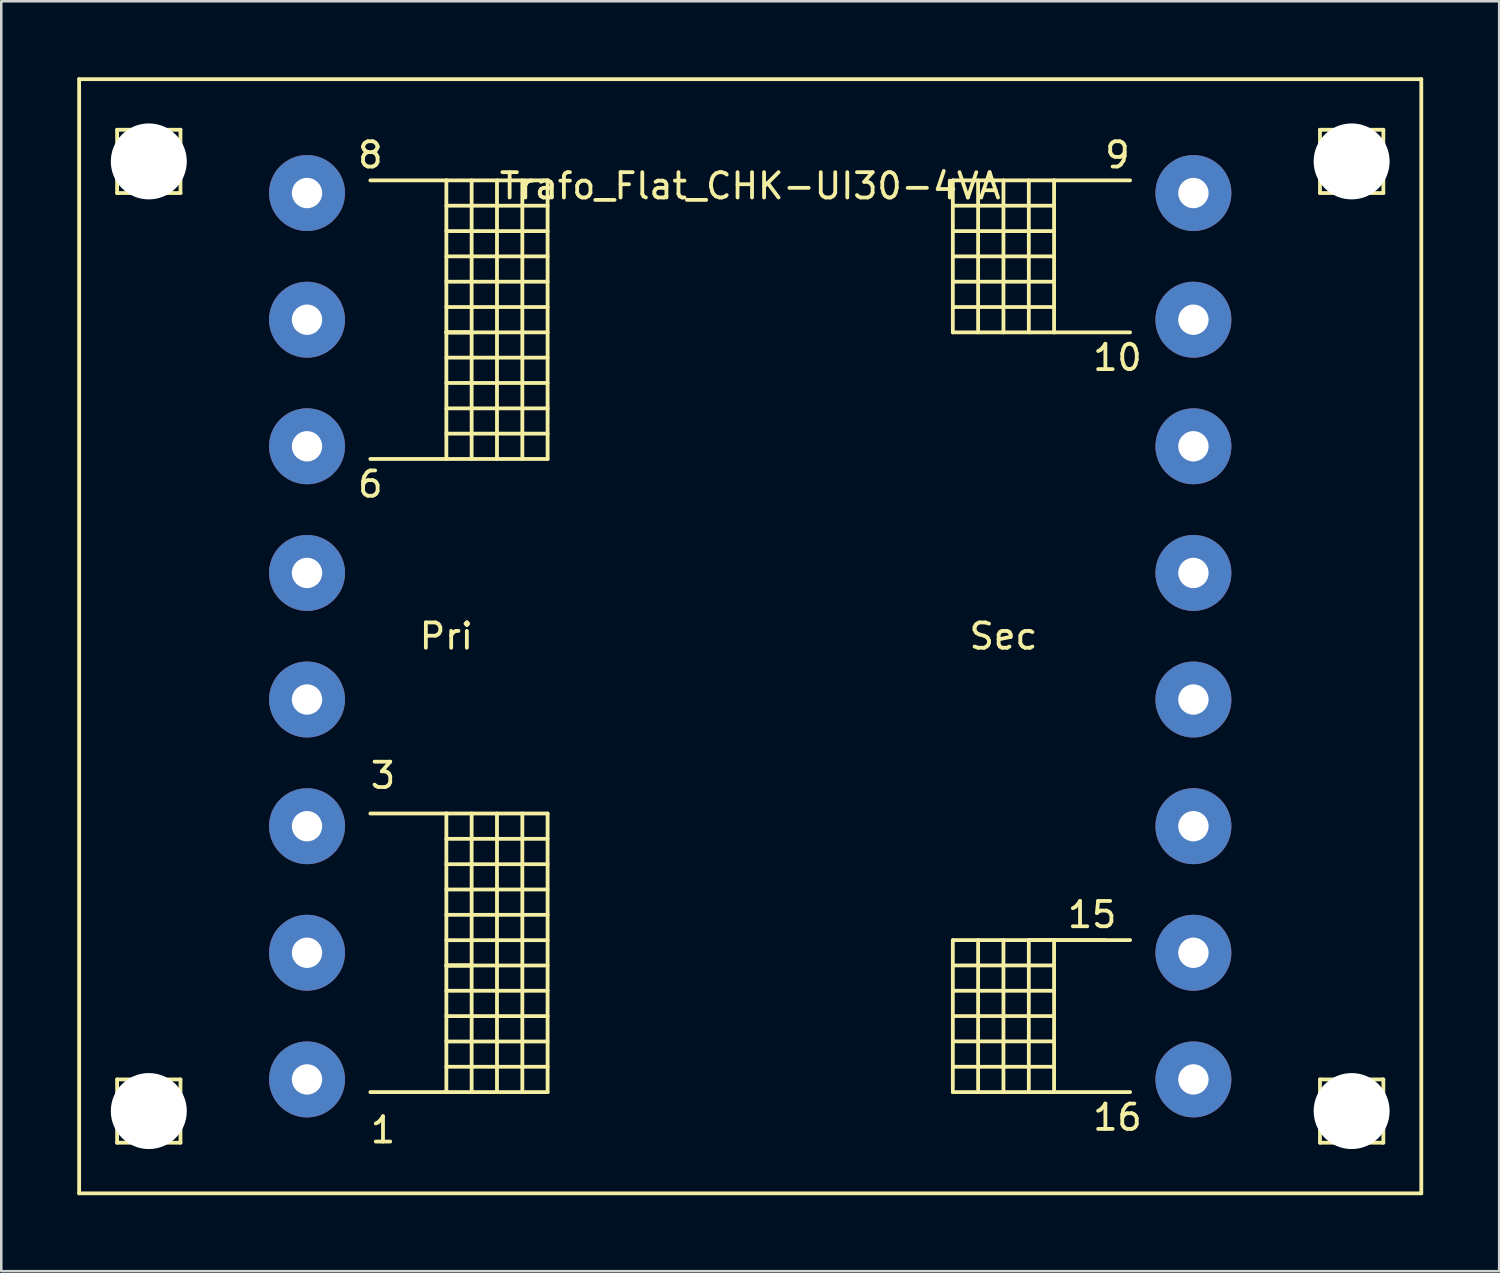
<source format=kicad_pcb>
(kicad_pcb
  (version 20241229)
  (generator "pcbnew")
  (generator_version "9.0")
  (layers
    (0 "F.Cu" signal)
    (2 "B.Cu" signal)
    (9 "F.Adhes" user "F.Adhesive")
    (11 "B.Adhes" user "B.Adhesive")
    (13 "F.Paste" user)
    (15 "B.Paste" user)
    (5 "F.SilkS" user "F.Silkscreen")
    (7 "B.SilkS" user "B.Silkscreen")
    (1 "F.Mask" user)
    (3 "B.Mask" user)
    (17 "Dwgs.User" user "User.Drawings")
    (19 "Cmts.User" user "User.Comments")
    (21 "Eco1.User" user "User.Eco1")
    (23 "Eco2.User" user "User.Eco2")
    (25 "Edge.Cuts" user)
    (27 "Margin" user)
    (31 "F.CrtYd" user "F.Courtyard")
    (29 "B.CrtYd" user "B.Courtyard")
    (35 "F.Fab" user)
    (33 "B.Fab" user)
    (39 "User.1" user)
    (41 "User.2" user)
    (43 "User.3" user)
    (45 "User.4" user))
  (footprint "Trafo_Flat_CHK-UI30-4VA"
    (layer "F.Cu")
    (at 26.575 22.074)
    (property "Reference" "Trafo_Flat_CHK-UI30-4VA" (at 0 -17.78 0) (layer "F.SilkS") (effects (font (size 1 1) (thickness 0.15))))
    (attr through_hole)
    (fp_line (start -26.5 -21.999) (end -26.5 21.999) (stroke (width 0.15) (type solid)) (layer "F.SilkS"))
    (fp_line (start -26.5 21.999) (end 26.5 21.999) (stroke (width 0.15) (type solid)) (layer "F.SilkS"))
    (fp_line (start -25.001 -20) (end -25.001 -17.501) (stroke (width 0.15) (type solid)) (layer "F.SilkS"))
    (fp_line (start -25.001 -17.501) (end -22.499 -17.501) (stroke (width 0.15) (type solid)) (layer "F.SilkS"))
    (fp_line (start -25.001 17.501) (end -25.001 20) (stroke (width 0.15) (type solid)) (layer "F.SilkS"))
    (fp_line (start -25.001 20) (end -22.499 20) (stroke (width 0.15) (type solid)) (layer "F.SilkS"))
    (fp_line (start -23.749 -20) (end -25.001 -20) (stroke (width 0.15) (type solid)) (layer "F.SilkS"))
    (fp_line (start -23.749 17.501) (end -25.001 17.501) (stroke (width 0.15) (type solid)) (layer "F.SilkS"))
    (fp_line (start -22.499 -20) (end -23.749 -20) (stroke (width 0.15) (type solid)) (layer "F.SilkS"))
    (fp_line (start -22.499 -17.501) (end -22.499 -20) (stroke (width 0.15) (type solid)) (layer "F.SilkS"))
    (fp_line (start -22.499 17.501) (end -23.749 17.501) (stroke (width 0.15) (type solid)) (layer "F.SilkS"))
    (fp_line (start -22.499 20) (end -22.499 17.501) (stroke (width 0.15) (type solid)) (layer "F.SilkS"))
    (fp_line (start -15.001 -18.001) (end -11.999 -18.001) (stroke (width 0.15) (type solid)) (layer "F.SilkS"))
    (fp_line (start -15.001 7) (end -11.999 7) (stroke (width 0.15) (type solid)) (layer "F.SilkS"))
    (fp_line (start -11.999 -18.001) (end -11.999 -7) (stroke (width 0.15) (type solid)) (layer "F.SilkS"))
    (fp_line (start -11.999 -18.001) (end -8.001 -18.001) (stroke (width 0.15) (type solid)) (layer "F.SilkS"))
    (fp_line (start -11.999 -17) (end -8.001 -17) (stroke (width 0.15) (type solid)) (layer "F.SilkS"))
    (fp_line (start -11.999 -15.999) (end -8.001 -15.999) (stroke (width 0.15) (type solid)) (layer "F.SilkS"))
    (fp_line (start -11.999 -15.001) (end -8.001 -15.001) (stroke (width 0.15) (type solid)) (layer "F.SilkS"))
    (fp_line (start -11.999 -14) (end -8.001 -14) (stroke (width 0.15) (type solid)) (layer "F.SilkS"))
    (fp_line (start -11.999 -13) (end -8.001 -13) (stroke (width 0.15) (type solid)) (layer "F.SilkS"))
    (fp_line (start -11.999 -11.999) (end -11.001 -11.999) (stroke (width 0.15) (type solid)) (layer "F.SilkS"))
    (fp_line (start -11.999 -11.001) (end -8.001 -11.001) (stroke (width 0.15) (type solid)) (layer "F.SilkS"))
    (fp_line (start -11.999 -8.999) (end -8.999 -8.999) (stroke (width 0.15) (type solid)) (layer "F.SilkS"))
    (fp_line (start -11.999 -7) (end -15.001 -7) (stroke (width 0.15) (type solid)) (layer "F.SilkS"))
    (fp_line (start -11.999 7) (end -11.999 18.001) (stroke (width 0.15) (type solid)) (layer "F.SilkS"))
    (fp_line (start -11.999 7) (end -8.001 7) (stroke (width 0.15) (type solid)) (layer "F.SilkS"))
    (fp_line (start -11.999 8.001) (end -8.001 8.001) (stroke (width 0.15) (type solid)) (layer "F.SilkS"))
    (fp_line (start -11.999 9.002) (end -8.001 9.002) (stroke (width 0.15) (type solid)) (layer "F.SilkS"))
    (fp_line (start -11.999 10) (end -8.001 10) (stroke (width 0.15) (type solid)) (layer "F.SilkS"))
    (fp_line (start -11.999 11.001) (end -8.001 11.001) (stroke (width 0.15) (type solid)) (layer "F.SilkS"))
    (fp_line (start -11.999 12.002) (end -8.001 12.002) (stroke (width 0.15) (type solid)) (layer "F.SilkS"))
    (fp_line (start -11.999 13.002) (end -11.001 13.002) (stroke (width 0.15) (type solid)) (layer "F.SilkS"))
    (fp_line (start -11.999 14) (end -8.001 14) (stroke (width 0.15) (type solid)) (layer "F.SilkS"))
    (fp_line (start -11.999 16.002) (end -8.999 16.002) (stroke (width 0.15) (type solid)) (layer "F.SilkS"))
    (fp_line (start -11.999 18.001) (end -15.001 18.001) (stroke (width 0.15) (type solid)) (layer "F.SilkS"))
    (fp_line (start -11.001 -18.001) (end -11.001 -7) (stroke (width 0.15) (type solid)) (layer "F.SilkS"))
    (fp_line (start -11.001 -11.999) (end -11.999 -11.999) (stroke (width 0.15) (type solid)) (layer "F.SilkS"))
    (fp_line (start -11.001 7) (end -11.001 18.001) (stroke (width 0.15) (type solid)) (layer "F.SilkS"))
    (fp_line (start -11.001 13.002) (end -11.999 13.002) (stroke (width 0.15) (type solid)) (layer "F.SilkS"))
    (fp_line (start -10 -7) (end -10 -18.001) (stroke (width 0.15) (type solid)) (layer "F.SilkS"))
    (fp_line (start -10 18.001) (end -10 7) (stroke (width 0.15) (type solid)) (layer "F.SilkS"))
    (fp_line (start -8.999 -18.001) (end -8.999 -7) (stroke (width 0.15) (type solid)) (layer "F.SilkS"))
    (fp_line (start -8.999 -8.999) (end -8.001 -8.999) (stroke (width 0.15) (type solid)) (layer "F.SilkS"))
    (fp_line (start -8.999 7) (end -8.999 18.001) (stroke (width 0.15) (type solid)) (layer "F.SilkS"))
    (fp_line (start -8.999 16.002) (end -8.001 16.002) (stroke (width 0.15) (type solid)) (layer "F.SilkS"))
    (fp_line (start -8.001 -18.001) (end -8.001 -7) (stroke (width 0.15) (type solid)) (layer "F.SilkS"))
    (fp_line (start -8.001 -11.999) (end -11.999 -11.999) (stroke (width 0.15) (type solid)) (layer "F.SilkS"))
    (fp_line (start -8.001 -10) (end -11.999 -10) (stroke (width 0.15) (type solid)) (layer "F.SilkS"))
    (fp_line (start -8.001 -8.001) (end -11.999 -8.001) (stroke (width 0.15) (type solid)) (layer "F.SilkS"))
    (fp_line (start -8.001 -7) (end -11.999 -7) (stroke (width 0.15) (type solid)) (layer "F.SilkS"))
    (fp_line (start -8.001 7) (end -8.001 18.001) (stroke (width 0.15) (type solid)) (layer "F.SilkS"))
    (fp_line (start -8.001 13.002) (end -11.999 13.002) (stroke (width 0.15) (type solid)) (layer "F.SilkS"))
    (fp_line (start -8.001 15.001) (end -11.999 15.001) (stroke (width 0.15) (type solid)) (layer "F.SilkS"))
    (fp_line (start -8.001 17) (end -11.999 17) (stroke (width 0.15) (type solid)) (layer "F.SilkS"))
    (fp_line (start -8.001 18.001) (end -11.999 18.001) (stroke (width 0.15) (type solid)) (layer "F.SilkS"))
    (fp_line (start 8.001 -18.001) (end 8.001 -11.999) (stroke (width 0.15) (type solid)) (layer "F.SilkS"))
    (fp_line (start 8.001 -17) (end 11.999 -17) (stroke (width 0.15) (type solid)) (layer "F.SilkS"))
    (fp_line (start 8.001 -15.001) (end 11.999 -15.001) (stroke (width 0.15) (type solid)) (layer "F.SilkS"))
    (fp_line (start 8.001 -14) (end 11.999 -14) (stroke (width 0.15) (type solid)) (layer "F.SilkS"))
    (fp_line (start 8.001 -11.999) (end 11.999 -11.999) (stroke (width 0.15) (type solid)) (layer "F.SilkS"))
    (fp_line (start 8.001 11.999) (end 8.001 18.001) (stroke (width 0.15) (type solid)) (layer "F.SilkS"))
    (fp_line (start 8.001 13) (end 11.999 13) (stroke (width 0.15) (type solid)) (layer "F.SilkS"))
    (fp_line (start 8.001 14.999) (end 11.999 14.999) (stroke (width 0.15) (type solid)) (layer "F.SilkS"))
    (fp_line (start 8.001 15.999) (end 11.999 15.999) (stroke (width 0.15) (type solid)) (layer "F.SilkS"))
    (fp_line (start 8.001 18.001) (end 11.999 18.001) (stroke (width 0.15) (type solid)) (layer "F.SilkS"))
    (fp_line (start 8.999 -18.001) (end 8.999 -11.999) (stroke (width 0.15) (type solid)) (layer "F.SilkS"))
    (fp_line (start 8.999 11.999) (end 8.999 18.001) (stroke (width 0.15) (type solid)) (layer "F.SilkS"))
    (fp_line (start 10 -18.001) (end 10 -11.999) (stroke (width 0.15) (type solid)) (layer "F.SilkS"))
    (fp_line (start 10 11.999) (end 10 18.001) (stroke (width 0.15) (type solid)) (layer "F.SilkS"))
    (fp_line (start 11.001 -18.001) (end 11.001 -11.999) (stroke (width 0.15) (type solid)) (layer "F.SilkS"))
    (fp_line (start 11.001 11.999) (end 11.001 18.001) (stroke (width 0.15) (type solid)) (layer "F.SilkS"))
    (fp_line (start 11.999 -18.001) (end 8.001 -18.001) (stroke (width 0.15) (type solid)) (layer "F.SilkS"))
    (fp_line (start 11.999 -18.001) (end 11.999 -11.999) (stroke (width 0.15) (type solid)) (layer "F.SilkS"))
    (fp_line (start 11.999 -15.999) (end 8.001 -15.999) (stroke (width 0.15) (type solid)) (layer "F.SilkS"))
    (fp_line (start 11.999 -13) (end 8.001 -13) (stroke (width 0.15) (type solid)) (layer "F.SilkS"))
    (fp_line (start 11.999 -11.999) (end 15.001 -11.999) (stroke (width 0.15) (type solid)) (layer "F.SilkS"))
    (fp_line (start 11.999 11.999) (end 8.001 11.999) (stroke (width 0.15) (type solid)) (layer "F.SilkS"))
    (fp_line (start 11.999 11.999) (end 11.999 18.001) (stroke (width 0.15) (type solid)) (layer "F.SilkS"))
    (fp_line (start 11.999 14) (end 8.001 14) (stroke (width 0.15) (type solid)) (layer "F.SilkS"))
    (fp_line (start 11.999 17) (end 8.001 17) (stroke (width 0.15) (type solid)) (layer "F.SilkS"))
    (fp_line (start 11.999 18.001) (end 15.001 18.001) (stroke (width 0.15) (type solid)) (layer "F.SilkS"))
    (fp_line (start 14 11.999) (end 10.998 11.999) (stroke (width 0.15) (type solid)) (layer "F.SilkS"))
    (fp_line (start 15.001 -18.001) (end 11.999 -18.001) (stroke (width 0.15) (type solid)) (layer "F.SilkS"))
    (fp_line (start 15.001 11.999) (end 11.999 11.999) (stroke (width 0.15) (type solid)) (layer "F.SilkS"))
    (fp_line (start 22.499 -20) (end 22.499 -17.501) (stroke (width 0.15) (type solid)) (layer "F.SilkS"))
    (fp_line (start 22.499 -17.501) (end 25.001 -17.501) (stroke (width 0.15) (type solid)) (layer "F.SilkS"))
    (fp_line (start 22.499 17.501) (end 22.499 20) (stroke (width 0.15) (type solid)) (layer "F.SilkS"))
    (fp_line (start 22.499 20) (end 25.001 20) (stroke (width 0.15) (type solid)) (layer "F.SilkS"))
    (fp_line (start 23.749 -20) (end 22.499 -20) (stroke (width 0.15) (type solid)) (layer "F.SilkS"))
    (fp_line (start 23.749 17.501) (end 22.499 17.501) (stroke (width 0.15) (type solid)) (layer "F.SilkS"))
    (fp_line (start 25.001 -20) (end 23.749 -20) (stroke (width 0.15) (type solid)) (layer "F.SilkS"))
    (fp_line (start 25.001 -17.501) (end 25.001 -20) (stroke (width 0.15) (type solid)) (layer "F.SilkS"))
    (fp_line (start 25.001 17.501) (end 23.749 17.501) (stroke (width 0.15) (type solid)) (layer "F.SilkS"))
    (fp_line (start 25.001 20) (end 25.001 17.501) (stroke (width 0.15) (type solid)) (layer "F.SilkS"))
    (fp_line (start 26.5 -21.999) (end -26.5 -21.999) (stroke (width 0.15) (type solid)) (layer "F.SilkS"))
    (fp_line (start 26.5 21.999) (end 26.5 -21.999) (stroke (width 0.15) (type solid)) (layer "F.SilkS"))
    (fp_text user "9" (at 14.501 -19.002 0) (layer "F.SilkS") (effects (font (size 1 1) (thickness 0.15))))
    (fp_text user "6" (at -15.001 -6.002 0) (layer "F.SilkS") (effects (font (size 1 1) (thickness 0.15))))
    (fp_text user "15" (at 13.5 10.998 0) (layer "F.SilkS") (effects (font (size 1 1) (thickness 0.15))))
    (fp_text user "1" (at -14.501 19.5 0) (layer "F.SilkS") (effects (font (size 1 1) (thickness 0.15))))
    (fp_text user "10" (at 14.501 -11.003 0) (layer "F.SilkS") (effects (font (size 1 1) (thickness 0.15))))
    (fp_text user "8" (at -15.001 -19.002 0) (layer "F.SilkS") (effects (font (size 1 1) (thickness 0.15))))
    (fp_text user "16" (at 14.501 18.999 0) (layer "F.SilkS") (effects (font (size 1 1) (thickness 0.15))))
    (fp_text user "3" (at -14.501 5.499 0) (layer "F.SilkS") (effects (font (size 1 1) (thickness 0.15))))
    (fp_text user "Pri" (at -11.999 0 0) (layer "F.SilkS") (effects (font (size 1 1) (thickness 0.15))))
    (fp_text user "Sec" (at 10 0 0) (layer "F.SilkS") (effects (font (size 1 1) (thickness 0.15))))
    (pad "" np_thru_hole circle (at -23.749 -18.75) (size 3 3) (drill 3) (layers "*.Cu" "*.Mask"))
    (pad "" np_thru_hole circle (at -23.749 18.75) (size 3 3) (drill 3) (layers "*.Cu" "*.Mask"))
    (pad "" np_thru_hole circle (at 23.749 -18.75) (size 3 3) (drill 3) (layers "*.Cu" "*.Mask"))
    (pad "" np_thru_hole circle (at 23.749 18.75) (size 3 3) (drill 3) (layers "*.Cu" "*.Mask"))
    (pad "1" thru_hole circle (at -17.501 17.501) (size 3 3) (drill 1.199) (layers "*.Cu" "*.Mask"))
    (pad "2" thru_hole circle (at -17.501 12.499) (size 3 3) (drill 1.199) (layers "*.Cu" "*.Mask"))
    (pad "3" thru_hole circle (at -17.501 7.501) (size 3 3) (drill 1.199) (layers "*.Cu" "*.Mask"))
    (pad "4" thru_hole circle (at -17.501 2.499) (size 3 3) (drill 1.199) (layers "*.Cu" "*.Mask"))
    (pad "5" thru_hole circle (at -17.501 -2.499) (size 3 3) (drill 1.199) (layers "*.Cu" "*.Mask"))
    (pad "6" thru_hole circle (at -17.501 -7.501) (size 3 3) (drill 1.199) (layers "*.Cu" "*.Mask"))
    (pad "7" thru_hole circle (at -17.501 -12.499) (size 3 3) (drill 1.199) (layers "*.Cu" "*.Mask"))
    (pad "8" thru_hole circle (at -17.501 -17.501) (size 3 3) (drill 1.199) (layers "*.Cu" "*.Mask"))
    (pad "9" thru_hole circle (at 17.501 -17.501) (size 3 3) (drill 1.199) (layers "*.Cu" "*.Mask"))
    (pad "10" thru_hole circle (at 17.501 -12.499) (size 3 3) (drill 1.199) (layers "*.Cu" "*.Mask"))
    (pad "11" thru_hole circle (at 17.501 -7.501) (size 3 3) (drill 1.199) (layers "*.Cu" "*.Mask"))
    (pad "12" thru_hole circle (at 17.501 -2.499) (size 3 3) (drill 1.199) (layers "*.Cu" "*.Mask"))
    (pad "13" thru_hole circle (at 17.501 2.499) (size 3 3) (drill 1.199) (layers "*.Cu" "*.Mask"))
    (pad "14" thru_hole circle (at 17.501 7.501) (size 3 3) (drill 1.199) (layers "*.Cu" "*.Mask"))
    (pad "15" thru_hole circle (at 17.501 12.499) (size 3 3) (drill 1.199) (layers "*.Cu" "*.Mask"))
    (pad "16" thru_hole circle (at 17.501 17.501) (size 3 3) (drill 1.199) (layers "*.Cu" "*.Mask")))
  (gr_rect
    (start -3 -3)
    (end 56.15 47.148)
    (stroke (width 0.1) (type default))
    (fill no)
    (layer "Edge.Cuts")))
</source>
